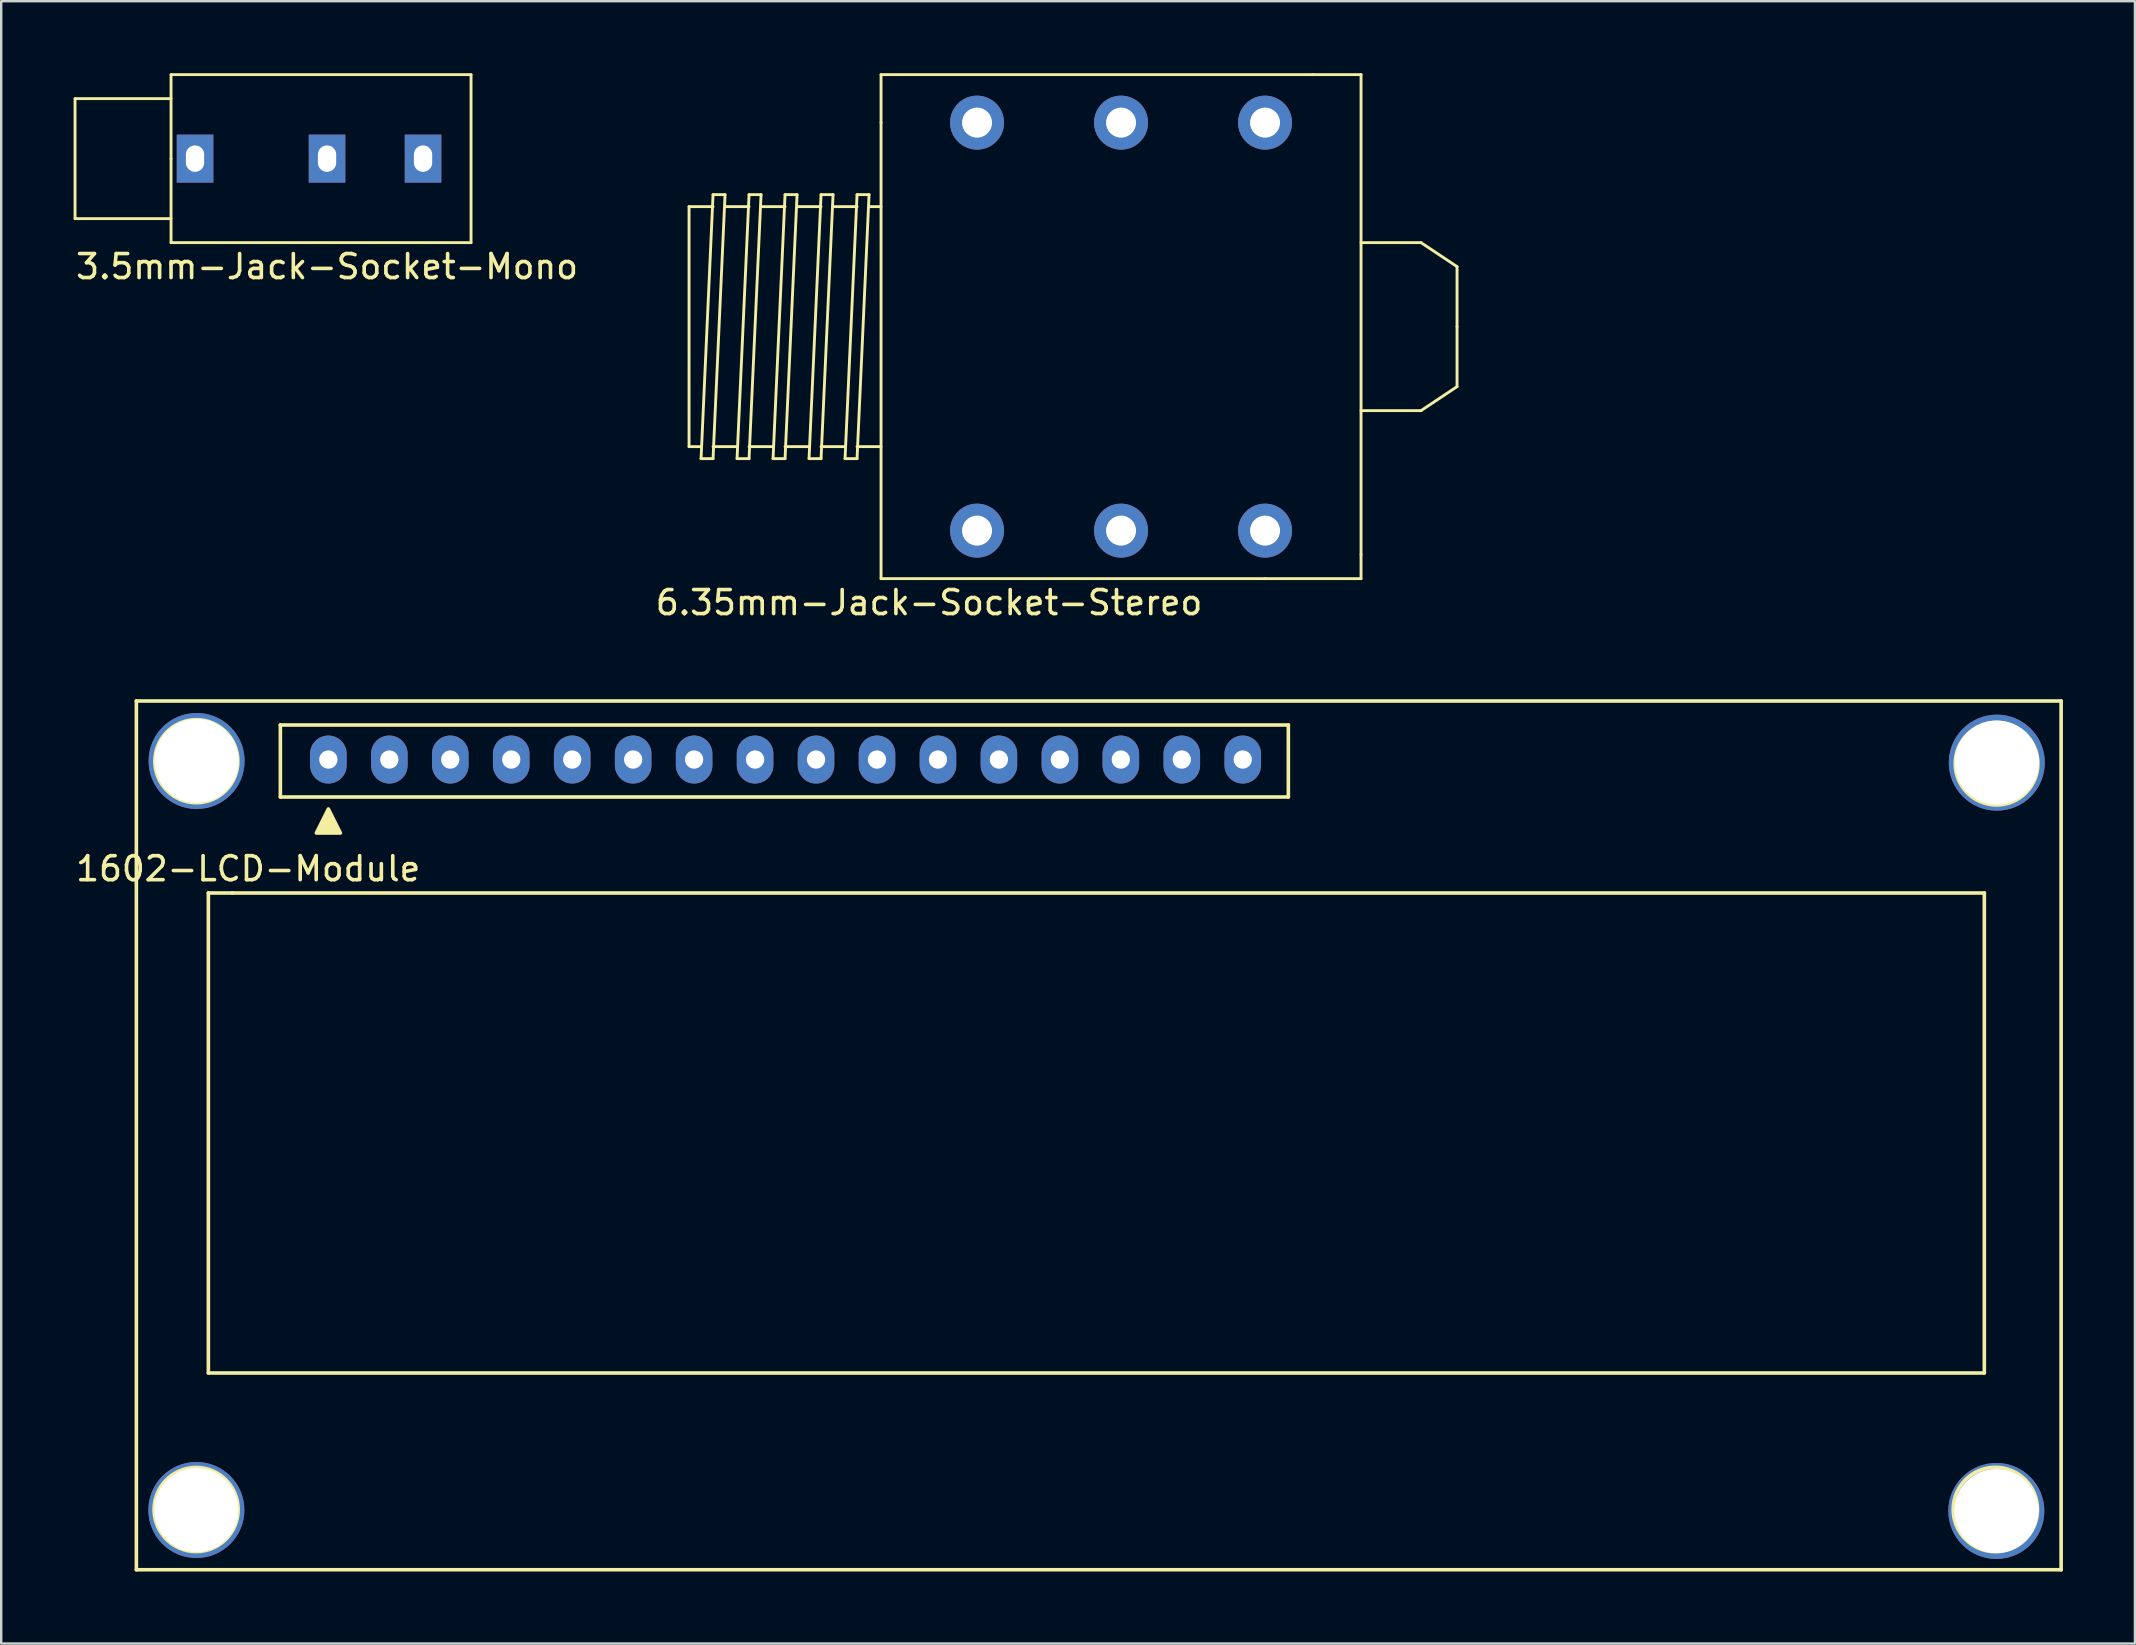
<source format=kicad_pcb>
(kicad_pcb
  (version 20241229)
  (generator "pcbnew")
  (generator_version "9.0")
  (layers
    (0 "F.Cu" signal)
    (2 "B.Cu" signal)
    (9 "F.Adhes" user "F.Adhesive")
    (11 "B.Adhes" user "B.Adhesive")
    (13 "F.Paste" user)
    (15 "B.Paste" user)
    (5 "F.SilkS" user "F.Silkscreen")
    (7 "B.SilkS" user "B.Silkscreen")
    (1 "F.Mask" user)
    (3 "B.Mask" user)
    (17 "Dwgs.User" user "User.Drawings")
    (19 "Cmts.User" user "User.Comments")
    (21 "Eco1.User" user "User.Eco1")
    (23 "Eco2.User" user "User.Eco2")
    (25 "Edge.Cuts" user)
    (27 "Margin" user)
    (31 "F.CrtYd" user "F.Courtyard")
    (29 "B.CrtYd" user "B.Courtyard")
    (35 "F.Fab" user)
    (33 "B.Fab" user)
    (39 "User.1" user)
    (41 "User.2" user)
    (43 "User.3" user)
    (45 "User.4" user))
  (footprint "6.35mm-Jack-Socket-Stereo"
    (layer "F.Cu")
    (at 37.661 2.06)
    (property "Reference" "6.35mm-Jack-Socket-Stereo" (at -2 20 0) (layer "F.SilkS") (effects (font (size 1 1) (thickness 0.15))))
    (attr through_hole)
    (fp_line (start -12 3.5) (end -12 13.5) (stroke (width 0.12) (type solid)) (layer "F.SilkS"))
    (fp_line (start -12 3.5) (end -11 3.5) (stroke (width 0.12) (type solid)) (layer "F.SilkS"))
    (fp_line (start -12 13.5) (end -11.5 13.5) (stroke (width 0.12) (type solid)) (layer "F.SilkS"))
    (fp_line (start -11.5 14) (end -11 3) (stroke (width 0.12) (type solid)) (layer "F.SilkS"))
    (fp_line (start -11.5 14) (end -11 14) (stroke (width 0.12) (type solid)) (layer "F.SilkS"))
    (fp_line (start -11 3) (end -10.5 3) (stroke (width 0.12) (type solid)) (layer "F.SilkS"))
    (fp_line (start -11 13.5) (end -10 13.5) (stroke (width 0.12) (type solid)) (layer "F.SilkS"))
    (fp_line (start -10.5 3) (end -11 14) (stroke (width 0.12) (type solid)) (layer "F.SilkS"))
    (fp_line (start -10.5 3.5) (end -9.5 3.5) (stroke (width 0.12) (type solid)) (layer "F.SilkS"))
    (fp_line (start -10 14) (end -9.5 3) (stroke (width 0.12) (type solid)) (layer "F.SilkS"))
    (fp_line (start -10 14) (end -9.5 14) (stroke (width 0.12) (type solid)) (layer "F.SilkS"))
    (fp_line (start -9.5 3) (end -9 3) (stroke (width 0.12) (type solid)) (layer "F.SilkS"))
    (fp_line (start -9.5 13.5) (end -8.5 13.5) (stroke (width 0.12) (type solid)) (layer "F.SilkS"))
    (fp_line (start -9 3) (end -9.5 14) (stroke (width 0.12) (type solid)) (layer "F.SilkS"))
    (fp_line (start -9 3.5) (end -8 3.5) (stroke (width 0.12) (type solid)) (layer "F.SilkS"))
    (fp_line (start -8.5 14) (end -8 3) (stroke (width 0.12) (type solid)) (layer "F.SilkS"))
    (fp_line (start -8.5 14) (end -8 14) (stroke (width 0.12) (type solid)) (layer "F.SilkS"))
    (fp_line (start -8 3) (end -7.5 3) (stroke (width 0.12) (type solid)) (layer "F.SilkS"))
    (fp_line (start -8 13.5) (end -7 13.5) (stroke (width 0.12) (type solid)) (layer "F.SilkS"))
    (fp_line (start -7.5 3) (end -8 14) (stroke (width 0.12) (type solid)) (layer "F.SilkS"))
    (fp_line (start -7.5 3.5) (end -6.5 3.5) (stroke (width 0.12) (type solid)) (layer "F.SilkS"))
    (fp_line (start -7 14) (end -6.5 3) (stroke (width 0.12) (type solid)) (layer "F.SilkS"))
    (fp_line (start -7 14) (end -6.5 14) (stroke (width 0.12) (type solid)) (layer "F.SilkS"))
    (fp_line (start -6.5 3) (end -6 3) (stroke (width 0.12) (type solid)) (layer "F.SilkS"))
    (fp_line (start -6.5 13.5) (end -5.5 13.5) (stroke (width 0.12) (type solid)) (layer "F.SilkS"))
    (fp_line (start -6 3) (end -6.5 14) (stroke (width 0.12) (type solid)) (layer "F.SilkS"))
    (fp_line (start -6 3.5) (end -5 3.5) (stroke (width 0.12) (type solid)) (layer "F.SilkS"))
    (fp_line (start -5.5 14) (end -5 3) (stroke (width 0.12) (type solid)) (layer "F.SilkS"))
    (fp_line (start -5.5 14) (end -5 14) (stroke (width 0.12) (type solid)) (layer "F.SilkS"))
    (fp_line (start -5 3) (end -4.5 3) (stroke (width 0.12) (type solid)) (layer "F.SilkS"))
    (fp_line (start -5 13.5) (end -4 13.5) (stroke (width 0.12) (type solid)) (layer "F.SilkS"))
    (fp_line (start -4.5 3) (end -5 14) (stroke (width 0.12) (type solid)) (layer "F.SilkS"))
    (fp_line (start -4.5 3.5) (end -4 3.5) (stroke (width 0.12) (type solid)) (layer "F.SilkS"))
    (fp_line (start -4 -2) (end 14 -2) (stroke (width 0.12) (type solid)) (layer "F.SilkS"))
    (fp_line (start -4 0) (end -4 -2) (stroke (width 0.12) (type solid)) (layer "F.SilkS"))
    (fp_line (start -4 19) (end -4 0) (stroke (width 0.12) (type solid)) (layer "F.SilkS"))
    (fp_line (start 12 19) (end -4 19) (stroke (width 0.12) (type solid)) (layer "F.SilkS"))
    (fp_line (start 12 19) (end 16 19) (stroke (width 0.12) (type solid)) (layer "F.SilkS"))
    (fp_line (start 14 -2) (end 16 -2) (stroke (width 0.12) (type solid)) (layer "F.SilkS"))
    (fp_line (start 16 -2) (end 16 18) (stroke (width 0.12) (type solid)) (layer "F.SilkS"))
    (fp_line (start 16 19) (end 16 18) (stroke (width 0.12) (type solid)) (layer "F.SilkS"))
    (fp_line (start 18.5 5) (end 16 5) (stroke (width 0.12) (type solid)) (layer "F.SilkS"))
    (fp_line (start 18.5 12) (end 16 12) (stroke (width 0.12) (type solid)) (layer "F.SilkS"))
    (fp_line (start 20 6) (end 18.5 5) (stroke (width 0.12) (type solid)) (layer "F.SilkS"))
    (fp_line (start 20 8.5) (end 20 6) (stroke (width 0.12) (type solid)) (layer "F.SilkS"))
    (fp_line (start 20 11) (end 18.5 12) (stroke (width 0.12) (type solid)) (layer "F.SilkS"))
    (fp_line (start 20 11) (end 20 8.5) (stroke (width 0.12) (type solid)) (layer "F.SilkS"))
    (pad "G" thru_hole circle (at 0 17) (size 2.25 2.25) (drill 1.25) (layers "*.Cu" "*.Mask"))
    (pad "NG" thru_hole circle (at 0 0) (size 2.25 2.25) (drill 1.25) (layers "*.Cu" "*.Mask"))
    (pad "NS" thru_hole circle (at 6 0) (size 2.25 2.25) (drill 1.25) (layers "*.Cu" "*.Mask"))
    (pad "NT" thru_hole circle (at 12 0) (size 2.25 2.25) (drill 1.25) (layers "*.Cu" "*.Mask"))
    (pad "S" thru_hole circle (at 6 17) (size 2.25 2.25) (drill 1.25) (layers "*.Cu" "*.Mask"))
    (pad "T" thru_hole circle (at 12 17) (size 2.25 2.25) (drill 1.25) (layers "*.Cu" "*.Mask")))
  (footprint "3.5mm-Jack-Socket-Mono"
    (layer "F.Cu")
    (at 4.077 3.56)
    (property "Reference" "3.5mm-Jack-Socket-Mono" (at 6.5 4.5 0) (layer "F.SilkS") (effects (font (size 1 1) (thickness 0.15))))
    (attr through_hole)
    (fp_line (start -4 -2.5) (end -4 2.5) (stroke (width 0.12) (type solid)) (layer "F.SilkS"))
    (fp_line (start -4 2.5) (end 0 2.5) (stroke (width 0.12) (type solid)) (layer "F.SilkS"))
    (fp_line (start 0 -3.5) (end 12.5 -3.5) (stroke (width 0.12) (type solid)) (layer "F.SilkS"))
    (fp_line (start 0 -2.5) (end -4 -2.5) (stroke (width 0.12) (type solid)) (layer "F.SilkS"))
    (fp_line (start 0 0) (end 0 -3.5) (stroke (width 0.12) (type solid)) (layer "F.SilkS"))
    (fp_line (start 0 3.5) (end 0 0) (stroke (width 0.12) (type solid)) (layer "F.SilkS"))
    (fp_line (start 12.5 -3.5) (end 12.5 3.5) (stroke (width 0.12) (type solid)) (layer "F.SilkS"))
    (fp_line (start 12.5 3.5) (end 0 3.5) (stroke (width 0.12) (type solid)) (layer "F.SilkS"))
    (pad "S" thru_hole rect (at 1 0) (size 1.524 2) (drill oval 0.762 1.1) (layers "*.Cu" "*.Mask"))
    (pad "T" thru_hole rect (at 6.5 0) (size 1.524 2) (drill oval 0.762 1.1) (layers "*.Cu" "*.Mask"))
    (pad "TN" thru_hole rect (at 10.5 0) (size 1.524 2) (drill oval 0.762 1.1) (layers "*.Cu" "*.Mask")))
  (footprint "1602-LCD-Module"
    (layer "F.Cu")
    (at 2.632 26.158)
    (property "Reference" "1602-LCD-Module" (at 4.66 6.99 0) (layer "F.SilkS") (effects (font (size 1 1) (thickness 0.15))))
    (attr through_hole)
    (fp_line (start 0 0) (end 80.2 0) (stroke (width 0.15) (type solid)) (layer "F.SilkS"))
    (fp_line (start 0 36.2) (end 0 0) (stroke (width 0.15) (type solid)) (layer "F.SilkS"))
    (fp_line (start 3 8) (end 4 8) (stroke (width 0.15) (type solid)) (layer "F.SilkS"))
    (fp_line (start 3 28) (end 3 8) (stroke (width 0.15) (type solid)) (layer "F.SilkS"))
    (fp_line (start 4 8) (end 77 8) (stroke (width 0.15) (type solid)) (layer "F.SilkS"))
    (fp_line (start 6 1) (end 48 1) (stroke (width 0.15) (type solid)) (layer "F.SilkS"))
    (fp_line (start 6 4) (end 6 1) (stroke (width 0.15) (type solid)) (layer "F.SilkS"))
    (fp_line (start 48 1) (end 48 4) (stroke (width 0.15) (type solid)) (layer "F.SilkS"))
    (fp_line (start 48 4) (end 6 4) (stroke (width 0.15) (type solid)) (layer "F.SilkS"))
    (fp_line (start 77 8) (end 77 28) (stroke (width 0.15) (type solid)) (layer "F.SilkS"))
    (fp_line (start 77 28) (end 3 28) (stroke (width 0.15) (type solid)) (layer "F.SilkS"))
    (fp_line (start 80.2 0) (end 80.2 36.2) (stroke (width 0.15) (type solid)) (layer "F.SilkS"))
    (fp_line (start 80.2 36.2) (end 0 36.2) (stroke (width 0.15) (type solid)) (layer "F.SilkS"))
    (fp_circle (center 2.49 33.69) (end 3.38 35.2) (stroke (width 0.15) (type solid)) (fill no) (layer "F.SilkS"))
    (fp_circle (center 2.5 2.51) (end 3.16 4.11) (stroke (width 0.15) (type solid)) (fill no) (layer "F.SilkS"))
    (fp_circle (center 77.46 33.69) (end 78.61 35.02) (stroke (width 0.15) (type solid)) (fill no) (layer "F.SilkS"))
    (fp_circle (center 77.51 2.61) (end 78.82 3.73) (stroke (width 0.15) (type solid)) (fill no) (layer "F.SilkS"))
    (fp_poly (pts (xy 7.5 5.5) (xy 8.5 5.5) (xy 8 4.5)) (stroke (width 0.15) (type solid)) (fill yes) (layer "F.SilkS"))
    (pad "" np_thru_hole oval (at 2.5 33.71) (size 4 4) (drill 3.5) (layers "*.Cu" "*.Mask"))
    (pad "" np_thru_hole oval (at 2.51 2.5) (size 4 4) (drill 3.5) (layers "*.Cu" "*.Mask"))
    (pad "" np_thru_hole oval (at 77.5 33.75) (size 4 4) (drill 3.5) (layers "*.Cu" "*.Mask"))
    (pad "" np_thru_hole oval (at 77.52 2.57) (size 4 4) (drill 3.5) (layers "*.Cu" "*.Mask"))
    (pad "1" thru_hole oval (at 8 2.44) (size 1.524 2) (drill oval 0.762) (layers "*.Cu" "*.Mask"))
    (pad "2" thru_hole oval (at 10.54 2.44) (size 1.524 2) (drill oval 0.762) (layers "*.Cu" "*.Mask"))
    (pad "3" thru_hole oval (at 13.08 2.44) (size 1.524 2) (drill oval 0.762) (layers "*.Cu" "*.Mask"))
    (pad "4" thru_hole oval (at 15.62 2.44) (size 1.524 2) (drill oval 0.762) (layers "*.Cu" "*.Mask"))
    (pad "5" thru_hole oval (at 18.16 2.44) (size 1.524 2) (drill oval 0.762) (layers "*.Cu" "*.Mask"))
    (pad "6" thru_hole oval (at 20.7 2.44) (size 1.524 2) (drill oval 0.762) (layers "*.Cu" "*.Mask"))
    (pad "7" thru_hole oval (at 23.24 2.44) (size 1.524 2) (drill oval 0.762) (layers "*.Cu" "*.Mask"))
    (pad "8" thru_hole oval (at 25.78 2.44) (size 1.524 2) (drill oval 0.762) (layers "*.Cu" "*.Mask"))
    (pad "9" thru_hole oval (at 28.32 2.44) (size 1.524 2) (drill oval 0.762) (layers "*.Cu" "*.Mask"))
    (pad "10" thru_hole oval (at 30.86 2.44) (size 1.524 2) (drill oval 0.762) (layers "*.Cu" "*.Mask"))
    (pad "11" thru_hole oval (at 33.4 2.44) (size 1.524 2) (drill oval 0.762) (layers "*.Cu" "*.Mask"))
    (pad "12" thru_hole oval (at 35.94 2.44) (size 1.524 2) (drill oval 0.762) (layers "*.Cu" "*.Mask"))
    (pad "13" thru_hole oval (at 38.48 2.44) (size 1.524 2) (drill oval 0.762) (layers "*.Cu" "*.Mask"))
    (pad "14" thru_hole oval (at 41.02 2.44) (size 1.524 2) (drill oval 0.762) (layers "*.Cu" "*.Mask"))
    (pad "15" thru_hole oval (at 43.56 2.44) (size 1.524 2) (drill oval 0.762) (layers "*.Cu" "*.Mask"))
    (pad "16" thru_hole oval (at 46.1 2.44) (size 1.524 2) (drill oval 0.762) (layers "*.Cu" "*.Mask")))
  (gr_rect
    (start -3 -3)
    (end 85.907 65.433)
    (stroke (width 0.1) (type default))
    (fill no)
    (layer "Edge.Cuts")))
</source>
